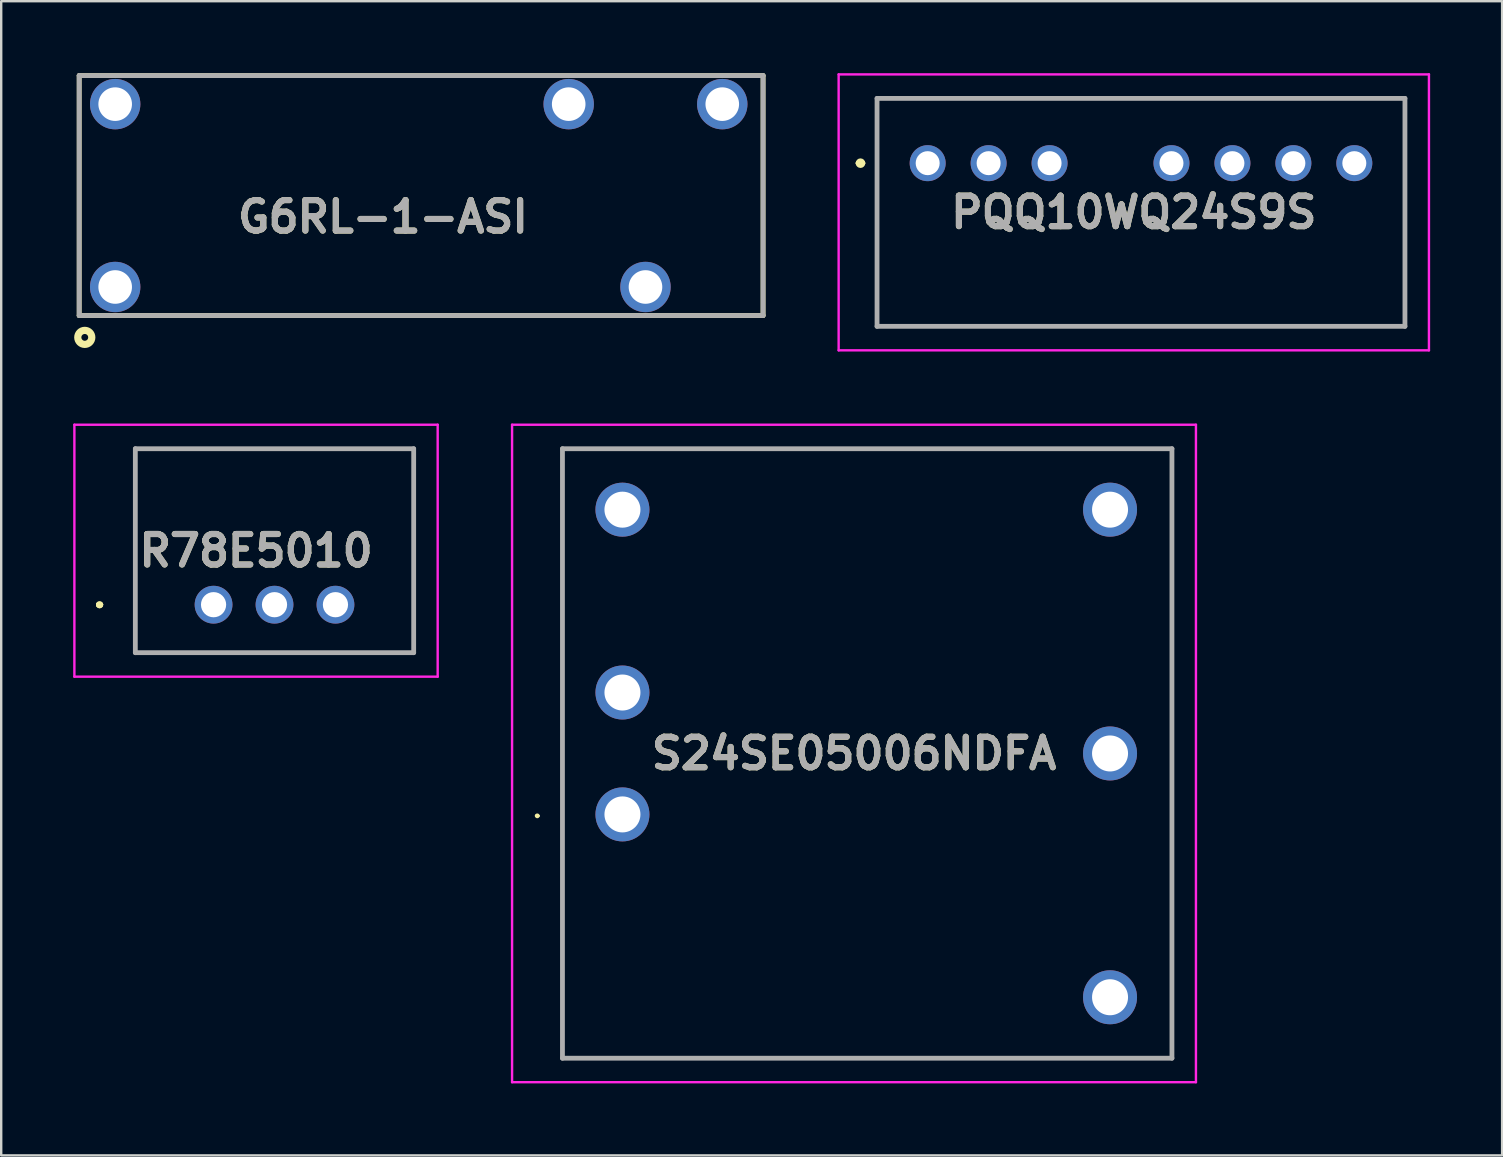
<source format=kicad_pcb>
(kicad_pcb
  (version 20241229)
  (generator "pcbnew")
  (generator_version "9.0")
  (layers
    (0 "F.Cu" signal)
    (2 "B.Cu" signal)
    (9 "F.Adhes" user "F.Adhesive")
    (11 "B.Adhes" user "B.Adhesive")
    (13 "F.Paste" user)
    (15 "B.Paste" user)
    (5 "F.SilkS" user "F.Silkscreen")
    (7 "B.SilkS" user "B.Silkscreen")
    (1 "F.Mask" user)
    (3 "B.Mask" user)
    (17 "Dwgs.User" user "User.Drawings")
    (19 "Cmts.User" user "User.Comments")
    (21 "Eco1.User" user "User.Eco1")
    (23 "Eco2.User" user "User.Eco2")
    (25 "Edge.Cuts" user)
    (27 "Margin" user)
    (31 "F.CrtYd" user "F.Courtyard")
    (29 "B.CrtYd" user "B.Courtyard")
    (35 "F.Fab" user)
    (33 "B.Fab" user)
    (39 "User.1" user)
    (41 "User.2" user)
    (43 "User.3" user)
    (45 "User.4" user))
  (footprint "S24SE05006NDFA"
    (layer "F.Cu")
    (at 32.54 28.35)
    (property "Reference" "S24SE05006NDFA" (at 0 0 0) (layer "F.SilkS") (effects (font (size 1.27 1.27) (thickness 0.254))))
    (attr through_hole)
    (fp_line (start -13.25 2.6) (end -13.25 2.6) (stroke (width 0.1) (type solid)) (layer "F.SilkS"))
    (fp_line (start -13.15 2.6) (end -13.15 2.6) (stroke (width 0.1) (type solid)) (layer "F.SilkS"))
    (fp_line (start -12.15 -12.7) (end 13.25 -12.7) (stroke (width 0.1) (type solid)) (layer "F.SilkS"))
    (fp_line (start -12.15 12.7) (end -12.15 -12.7) (stroke (width 0.1) (type solid)) (layer "F.SilkS"))
    (fp_line (start 13.25 -12.7) (end 13.25 12.7) (stroke (width 0.1) (type solid)) (layer "F.SilkS"))
    (fp_line (start 13.25 12.7) (end -12.15 12.7) (stroke (width 0.1) (type solid)) (layer "F.SilkS"))
    (fp_arc (start -13.25 2.6) (mid -13.2 2.55) (end -13.15 2.6) (stroke (width 0.1) (type solid)) (layer "F.SilkS"))
    (fp_arc (start -13.15 2.6) (mid -13.2 2.65) (end -13.25 2.6) (stroke (width 0.1) (type solid)) (layer "F.SilkS"))
    (fp_line (start -14.25 -13.7) (end 14.25 -13.7) (stroke (width 0.1) (type solid)) (layer "F.CrtYd"))
    (fp_line (start -14.25 13.7) (end -14.25 -13.7) (stroke (width 0.1) (type solid)) (layer "F.CrtYd"))
    (fp_line (start 14.25 -13.7) (end 14.25 13.7) (stroke (width 0.1) (type solid)) (layer "F.CrtYd"))
    (fp_line (start 14.25 13.7) (end -14.25 13.7) (stroke (width 0.1) (type solid)) (layer "F.CrtYd"))
    (fp_line (start -12.15 -12.7) (end 13.25 -12.7) (stroke (width 0.2) (type solid)) (layer "F.Fab"))
    (fp_line (start -12.15 12.7) (end -12.15 -12.7) (stroke (width 0.2) (type solid)) (layer "F.Fab"))
    (fp_line (start 13.25 -12.7) (end 13.25 12.7) (stroke (width 0.2) (type solid)) (layer "F.Fab"))
    (fp_line (start 13.25 12.7) (end -12.15 12.7) (stroke (width 0.2) (type solid)) (layer "F.Fab"))
    (fp_text user "${REFERENCE}" (at 0 0 0) (layer "F.Fab") (effects (font (size 1.27 1.27) (thickness 0.254))))
    (pad "1" thru_hole circle (at -9.65 2.54) (size 2.25 2.25) (drill 1.5) (layers "*.Cu" "*.Mask"))
    (pad "2" thru_hole circle (at -9.65 -2.54) (size 2.25 2.25) (drill 1.5) (layers "*.Cu" "*.Mask"))
    (pad "3" thru_hole circle (at -9.65 -10.16) (size 2.25 2.25) (drill 1.5) (layers "*.Cu" "*.Mask"))
    (pad "4" thru_hole circle (at 10.67 -10.16) (size 2.25 2.25) (drill 1.5) (layers "*.Cu" "*.Mask"))
    (pad "5" thru_hole circle (at 10.67 0) (size 2.25 2.25) (drill 1.5) (layers "*.Cu" "*.Mask"))
    (pad "6" thru_hole circle (at 10.67 10.16) (size 2.25 2.25) (drill 1.5) (layers "*.Cu" "*.Mask")))
  (footprint "R78E5010"
    (layer "F.Cu")
    (at 5.85 22.15)
    (property "Reference" "R78E5010" (at 1.77 -2.25 0) (layer "F.SilkS") (effects (font (size 1.27 1.27) (thickness 0.254))))
    (attr through_hole)
    (fp_line (start -4.8 0) (end -4.8 0) (stroke (width 0.2) (type solid)) (layer "F.SilkS"))
    (fp_line (start -4.8 0) (end -4.8 0) (stroke (width 0.2) (type solid)) (layer "F.SilkS"))
    (fp_line (start -4.7 0) (end -4.7 0) (stroke (width 0.2) (type solid)) (layer "F.SilkS"))
    (fp_line (start -3.26 -6.5) (end 8.34 -6.5) (stroke (width 0.1) (type solid)) (layer "F.SilkS"))
    (fp_line (start -3.26 2) (end -3.26 -6.5) (stroke (width 0.1) (type solid)) (layer "F.SilkS"))
    (fp_line (start 8.34 -6.5) (end 8.34 2) (stroke (width 0.1) (type solid)) (layer "F.SilkS"))
    (fp_line (start 8.34 2) (end -3.26 2) (stroke (width 0.1) (type solid)) (layer "F.SilkS"))
    (fp_arc (start -4.8 0) (mid -4.75 -0.05) (end -4.7 0) (stroke (width 0.2) (type solid)) (layer "F.SilkS"))
    (fp_arc (start -4.7 0) (mid -4.75 0.05) (end -4.8 0) (stroke (width 0.2) (type solid)) (layer "F.SilkS"))
    (fp_arc (start -4.7 0) (mid -4.75 0.05) (end -4.8 0) (stroke (width 0.2) (type solid)) (layer "F.SilkS"))
    (fp_line (start -5.8 -7.5) (end 9.34 -7.5) (stroke (width 0.1) (type solid)) (layer "F.CrtYd"))
    (fp_line (start -5.8 3) (end -5.8 -7.5) (stroke (width 0.1) (type solid)) (layer "F.CrtYd"))
    (fp_line (start 9.34 -7.5) (end 9.34 3) (stroke (width 0.1) (type solid)) (layer "F.CrtYd"))
    (fp_line (start 9.34 3) (end -5.8 3) (stroke (width 0.1) (type solid)) (layer "F.CrtYd"))
    (fp_line (start -3.26 -6.5) (end 8.34 -6.5) (stroke (width 0.2) (type solid)) (layer "F.Fab"))
    (fp_line (start -3.26 2) (end -3.26 -6.5) (stroke (width 0.2) (type solid)) (layer "F.Fab"))
    (fp_line (start 8.34 -6.5) (end 8.34 2) (stroke (width 0.2) (type solid)) (layer "F.Fab"))
    (fp_line (start 8.34 2) (end -3.26 2) (stroke (width 0.2) (type solid)) (layer "F.Fab"))
    (fp_text user "${REFERENCE}" (at 1.77 -2.25 0) (layer "F.Fab") (effects (font (size 1.27 1.27) (thickness 0.254))))
    (pad "1" thru_hole circle (at 0 0) (size 1.575 1.575) (drill 1.05) (layers "*.Cu" "*.Mask"))
    (pad "2" thru_hole circle (at 2.54 0) (size 1.575 1.575) (drill 1.05) (layers "*.Cu" "*.Mask"))
    (pad "3" thru_hole circle (at 5.08 0) (size 1.575 1.575) (drill 1.05) (layers "*.Cu" "*.Mask")))
  (footprint "PQQ10WQ24S9S"
    (layer "F.Cu")
    (at 35.61 3.75)
    (property "Reference" "PQQ10WQ24S9S" (at 8.59 2.05 0) (layer "F.SilkS") (effects (font (size 1.27 1.27) (thickness 0.254))))
    (attr through_hole)
    (fp_line (start -2.9 0) (end -2.9 0) (stroke (width 0.2) (type solid)) (layer "F.SilkS"))
    (fp_line (start -2.7 0) (end -2.7 0) (stroke (width 0.2) (type solid)) (layer "F.SilkS"))
    (fp_line (start -2.11 -2.7) (end 19.89 -2.7) (stroke (width 0.1) (type solid)) (layer "F.SilkS"))
    (fp_line (start -2.11 6.8) (end -2.11 -2.7) (stroke (width 0.1) (type solid)) (layer "F.SilkS"))
    (fp_line (start 19.89 -2.7) (end 19.89 6.8) (stroke (width 0.1) (type solid)) (layer "F.SilkS"))
    (fp_line (start 19.89 6.8) (end -2.11 6.8) (stroke (width 0.1) (type solid)) (layer "F.SilkS"))
    (fp_arc (start -2.9 0) (mid -2.8 -0.1) (end -2.7 0) (stroke (width 0.2) (type solid)) (layer "F.SilkS"))
    (fp_arc (start -2.7 0) (mid -2.8 0.1) (end -2.9 0) (stroke (width 0.2) (type solid)) (layer "F.SilkS"))
    (fp_line (start -3.71 -3.7) (end 20.89 -3.7) (stroke (width 0.1) (type solid)) (layer "F.CrtYd"))
    (fp_line (start -3.71 7.8) (end -3.71 -3.7) (stroke (width 0.1) (type solid)) (layer "F.CrtYd"))
    (fp_line (start 20.89 -3.7) (end 20.89 7.8) (stroke (width 0.1) (type solid)) (layer "F.CrtYd"))
    (fp_line (start 20.89 7.8) (end -3.71 7.8) (stroke (width 0.1) (type solid)) (layer "F.CrtYd"))
    (fp_line (start -2.11 -2.7) (end 19.89 -2.7) (stroke (width 0.2) (type solid)) (layer "F.Fab"))
    (fp_line (start -2.11 6.8) (end -2.11 -2.7) (stroke (width 0.2) (type solid)) (layer "F.Fab"))
    (fp_line (start 19.89 -2.7) (end 19.89 6.8) (stroke (width 0.2) (type solid)) (layer "F.Fab"))
    (fp_line (start 19.89 6.8) (end -2.11 6.8) (stroke (width 0.2) (type solid)) (layer "F.Fab"))
    (fp_text user "${REFERENCE}" (at 8.59 2.05 0) (layer "F.Fab") (effects (font (size 1.27 1.27) (thickness 0.254))))
    (pad "1" thru_hole circle (at 0 0) (size 1.5 1.5) (drill 1) (layers "*.Cu" "*.Mask"))
    (pad "2" thru_hole circle (at 2.54 0) (size 1.5 1.5) (drill 1) (layers "*.Cu" "*.Mask"))
    (pad "3" thru_hole circle (at 5.08 0) (size 1.5 1.5) (drill 1) (layers "*.Cu" "*.Mask"))
    (pad "5" thru_hole circle (at 10.16 0) (size 1.5 1.5) (drill 1) (layers "*.Cu" "*.Mask"))
    (pad "6" thru_hole circle (at 12.7 0) (size 1.5 1.5) (drill 1) (layers "*.Cu" "*.Mask"))
    (pad "7" thru_hole circle (at 15.24 0) (size 1.5 1.5) (drill 1) (layers "*.Cu" "*.Mask"))
    (pad "8" thru_hole circle (at 17.78 0) (size 1.5 1.5) (drill 1) (layers "*.Cu" "*.Mask")))
  (footprint "G6RL-1-ASI"
    (layer "F.Cu")
    (at 0.25 5.1)
    (property "Reference" "G6RL-1-ASI" (at 12.661 0.885 0) (layer "F.SilkS") (effects (font (size 1.27 1.27) (thickness 0.254))))
    (attr through_hole)
    (fp_line (start 0 -5) (end 28.5 -5) (stroke (width 0.2) (type solid)) (layer "F.SilkS"))
    (fp_line (start 0 5) (end 0 -5) (stroke (width 0.2) (type solid)) (layer "F.SilkS"))
    (fp_line (start 28.5 -5) (end 28.5 5) (stroke (width 0.2) (type solid)) (layer "F.SilkS"))
    (fp_line (start 28.5 5) (end 0 5) (stroke (width 0.2) (type solid)) (layer "F.SilkS"))
    (fp_circle (center 0.233 5.91) (end 0.233 6.052) (stroke (width 0.3) (type solid)) (fill no) (layer "F.SilkS"))
    (fp_line (start 0 -5) (end 28.5 -5) (stroke (width 0.2) (type solid)) (layer "F.Fab"))
    (fp_line (start 0 5) (end 0 -5) (stroke (width 0.2) (type solid)) (layer "F.Fab"))
    (fp_line (start 28.5 -5) (end 28.5 5) (stroke (width 0.2) (type solid)) (layer "F.Fab"))
    (fp_line (start 28.5 5) (end 0 5) (stroke (width 0.2) (type solid)) (layer "F.Fab"))
    (fp_text user "${REFERENCE}" (at 12.661 0.885 0) (layer "F.Fab") (effects (font (size 1.27 1.27) (thickness 0.254))))
    (pad "1" thru_hole circle (at 1.5 3.81) (size 2.1 2.1) (drill 1.4) (layers "*.Cu" "*.Mask"))
    (pad "2" thru_hole circle (at 23.6 3.81) (size 2.1 2.1) (drill 1.4) (layers "*.Cu" "*.Mask"))
    (pad "3" thru_hole circle (at 26.8 -3.81) (size 2.1 2.1) (drill 1.4) (layers "*.Cu" "*.Mask"))
    (pad "4" thru_hole circle (at 20.4 -3.81) (size 2.1 2.1) (drill 1.4) (layers "*.Cu" "*.Mask"))
    (pad "5" thru_hole circle (at 1.5 -3.81) (size 2.1 2.1) (drill 1.4) (layers "*.Cu" "*.Mask")))
  (gr_rect
    (start -3 -3)
    (end 59.55 45.1)
    (stroke (width 0.1) (type default))
    (fill no)
    (layer "Edge.Cuts")))
</source>
